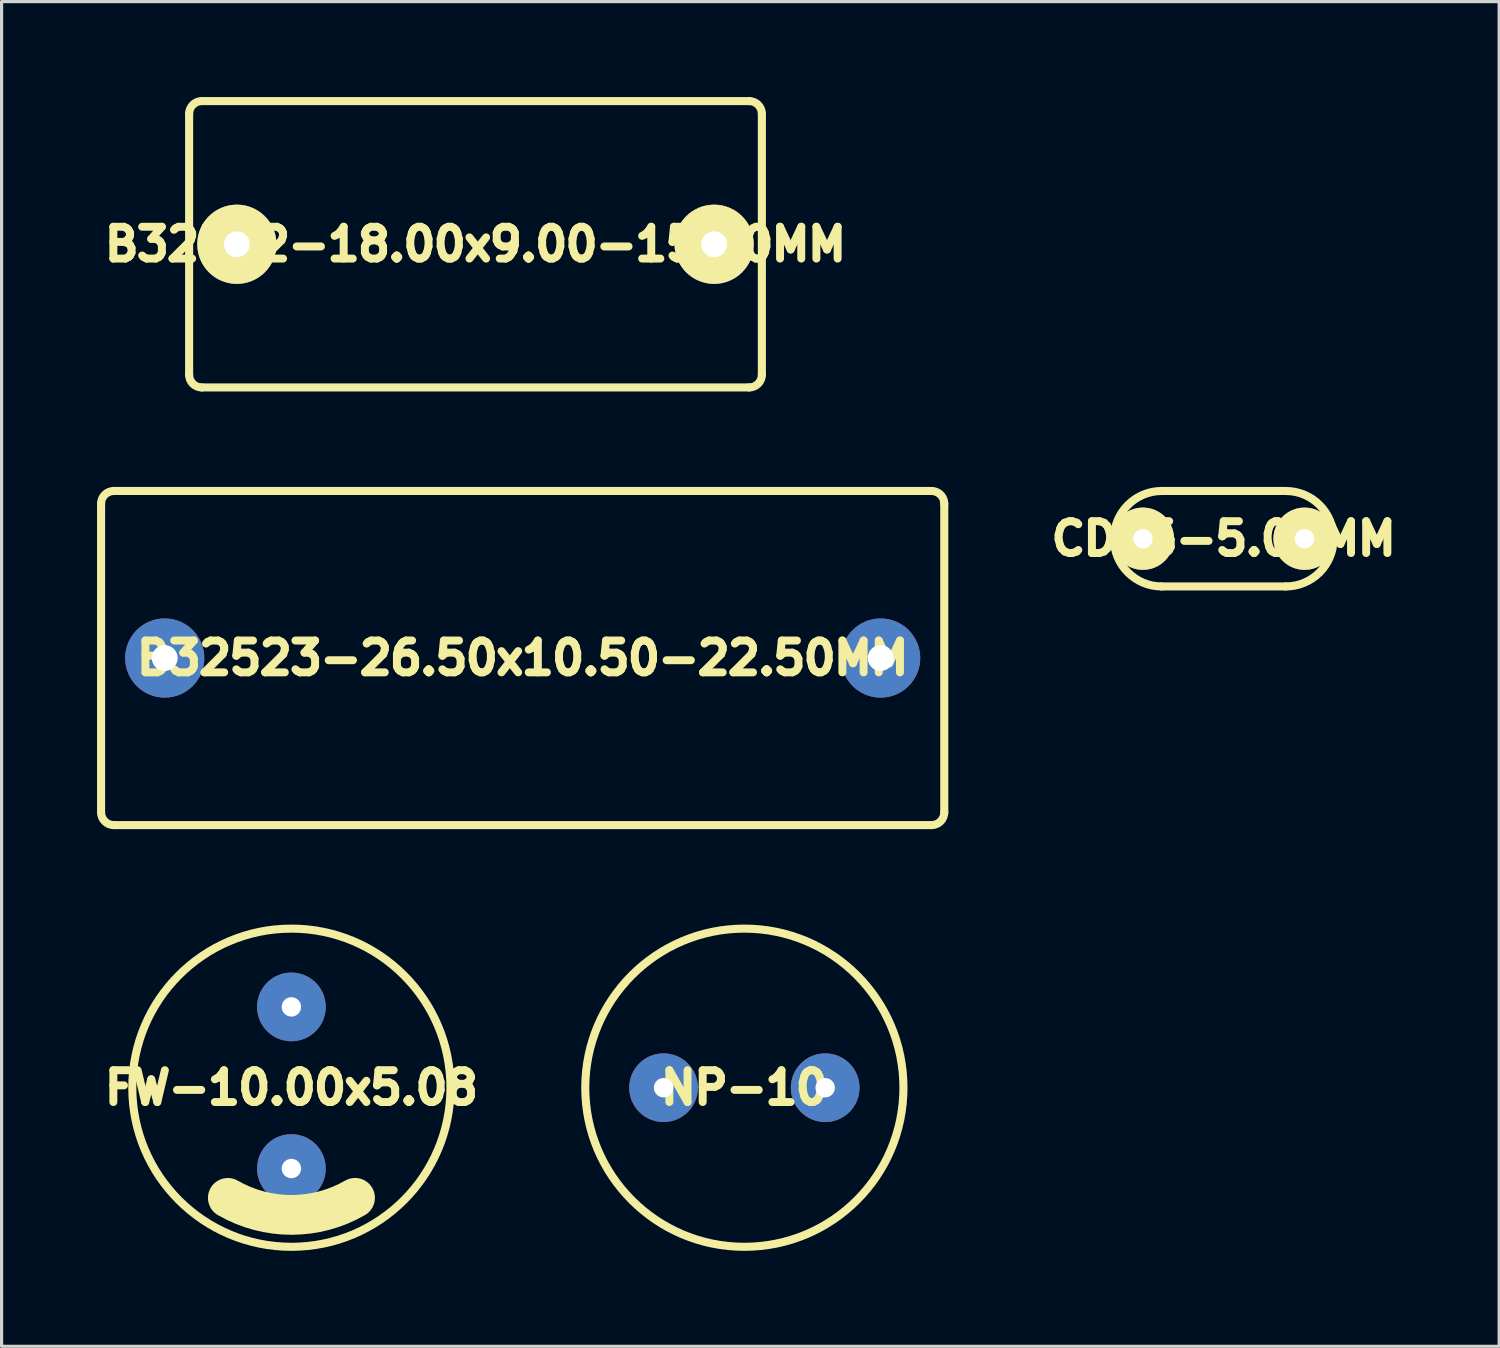
<source format=kicad_pcb>
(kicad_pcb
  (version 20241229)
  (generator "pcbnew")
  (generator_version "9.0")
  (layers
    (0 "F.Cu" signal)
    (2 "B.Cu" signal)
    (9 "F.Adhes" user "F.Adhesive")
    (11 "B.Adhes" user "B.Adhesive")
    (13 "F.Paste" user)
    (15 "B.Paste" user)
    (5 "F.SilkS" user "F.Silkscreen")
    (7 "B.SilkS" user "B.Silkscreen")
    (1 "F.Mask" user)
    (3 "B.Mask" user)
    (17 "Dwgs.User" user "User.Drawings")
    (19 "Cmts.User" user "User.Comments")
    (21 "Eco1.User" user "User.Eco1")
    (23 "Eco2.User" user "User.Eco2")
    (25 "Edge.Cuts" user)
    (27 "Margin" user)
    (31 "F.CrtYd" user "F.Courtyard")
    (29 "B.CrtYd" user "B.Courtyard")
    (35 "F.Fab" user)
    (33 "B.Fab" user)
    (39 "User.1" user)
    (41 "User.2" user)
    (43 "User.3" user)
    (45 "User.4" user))
  (footprint "FW-10.00x5.08"
    (layer "F.Cu")
    (at 6.108 31.135)
    (property "Reference" "FW-10.00x5.08" (at 0 0 0) (layer "F.SilkS") (effects (font (size 1 1) (thickness 0.25))))
    (attr through_hole)
    (fp_arc (start 2 3.461) (mid 0.001551 3.997314) (end -1.997314 3.462551) (stroke (width 1.25) (type solid)) (layer "F.SilkS"))
    (fp_circle (center 0 0) (end 0 5) (stroke (width 0.254) (type solid)) (fill no) (layer "F.SilkS"))
    (pad "1" thru_hole circle (at 0 -2.54) (size 2.159 2.159) (drill 0.61) (layers "B.Cu" "B.Mask"))
    (pad "2" thru_hole circle (at 0 2.54) (size 2.159 2.159) (drill 0.61) (layers "B.Cu" "B.Mask")))
  (footprint "CD15-5.08MM"
    (layer "F.Cu")
    (at 35.41 13.881)
    (property "Reference" "CD15-5.08MM" (at 0 0 0) (layer "F.SilkS") (effects (font (size 1 1) (thickness 0.25))))
    (attr through_hole)
    (fp_line (start -1.95 -1.5) (end 1.95 -1.5) (stroke (width 0.254) (type solid)) (layer "F.SilkS"))
    (fp_line (start -1.95 1.5) (end 1.95 1.5) (stroke (width 0.254) (type solid)) (layer "F.SilkS"))
    (fp_arc (start -1.95 1.5) (mid -3.45 0) (end -1.95 -1.5) (stroke (width 0.254) (type solid)) (layer "F.SilkS"))
    (fp_arc (start 1.95 -1.5) (mid 3.45 0) (end 1.95 1.5) (stroke (width 0.254) (type solid)) (layer "F.SilkS"))
    (pad "1" thru_hole circle (at -2.54 0) (size 1.956 1.956) (drill 0.61) (layers "*.Cu" "*.Mask" "F.SilkS"))
    (pad "2" thru_hole circle (at 2.54 0) (size 1.956 1.956) (drill 0.61) (layers "*.Cu" "*.Mask" "F.SilkS")))
  (footprint "B32523-26.50x10.50-22.50MM"
    (layer "F.Cu")
    (at 13.377 17.631)
    (property "Reference" "B32523-26.50x10.50-22.50MM" (at 0 0 0) (layer "F.SilkS") (effects (font (size 1 1) (thickness 0.25))))
    (attr through_hole)
    (fp_line (start -13.25 4.85) (end -13.25 -4.85) (stroke (width 0.254) (type solid)) (layer "F.SilkS"))
    (fp_line (start -12.85 -5.25) (end 12.85 -5.25) (stroke (width 0.254) (type solid)) (layer "F.SilkS"))
    (fp_line (start -12.85 5.25) (end 12.85 5.25) (stroke (width 0.254) (type solid)) (layer "F.SilkS"))
    (fp_line (start 13.25 4.85) (end 13.25 -4.85) (stroke (width 0.254) (type solid)) (layer "F.SilkS"))
    (fp_arc (start -13.25 -4.85) (mid -13.132843 -5.132843) (end -12.85 -5.25) (stroke (width 0.254) (type solid)) (layer "F.SilkS"))
    (fp_arc (start -12.85 5.25) (mid -13.132843 5.132843) (end -13.25 4.85) (stroke (width 0.254) (type solid)) (layer "F.SilkS"))
    (fp_arc (start 12.85 -5.25) (mid 13.132843 -5.132843) (end 13.25 -4.85) (stroke (width 0.254) (type solid)) (layer "F.SilkS"))
    (fp_arc (start 13.25 4.85) (mid 13.132843 5.132843) (end 12.85 5.25) (stroke (width 0.254) (type solid)) (layer "F.SilkS"))
    (pad "1" thru_hole circle (at -11.25 0) (size 2.489 2.489) (drill 0.813) (layers "*.Cu" "*.Mask"))
    (pad "2" thru_hole circle (at 11.25 0) (size 2.489 2.489) (drill 0.813) (layers "*.Cu" "*.Mask")))
  (footprint "B32522-18.00x9.00-15.00MM"
    (layer "F.Cu")
    (at 11.894 4.627)
    (property "Reference" "B32522-18.00x9.00-15.00MM" (at 0 0 0) (layer "F.SilkS") (effects (font (size 1 1) (thickness 0.25))))
    (attr through_hole)
    (fp_line (start -9 -4.1) (end -9 4.1) (stroke (width 0.254) (type solid)) (layer "F.SilkS"))
    (fp_line (start -8.6 4.5) (end 8.6 4.5) (stroke (width 0.254) (type solid)) (layer "F.SilkS"))
    (fp_line (start 8.6 -4.5) (end -8.6 -4.5) (stroke (width 0.254) (type solid)) (layer "F.SilkS"))
    (fp_line (start 9 4.1) (end 9 -4.1) (stroke (width 0.254) (type solid)) (layer "F.SilkS"))
    (fp_arc (start -9 -4.1) (mid -8.882843 -4.382843) (end -8.6 -4.5) (stroke (width 0.254) (type solid)) (layer "F.SilkS"))
    (fp_arc (start -8.6 4.5) (mid -8.882843 4.382843) (end -9 4.1) (stroke (width 0.254) (type solid)) (layer "F.SilkS"))
    (fp_arc (start 8.6 -4.5) (mid 8.882843 -4.382843) (end 9 -4.1) (stroke (width 0.254) (type solid)) (layer "F.SilkS"))
    (fp_arc (start 9 4.1) (mid 8.882843 4.382843) (end 8.6 4.5) (stroke (width 0.254) (type solid)) (layer "F.SilkS"))
    (pad "1" thru_hole circle (at -7.5 0) (size 2.489 2.489) (drill 0.813) (layers "*.Cu" "*.Mask" "F.SilkS"))
    (pad "2" thru_hole circle (at 7.5 0) (size 2.489 2.489) (drill 0.813) (layers "*.Cu" "*.Mask" "F.SilkS")))
  (footprint "NP-10"
    (layer "F.Cu")
    (at 20.344 31.135)
    (property "Reference" "NP-10" (at 0 0 0) (layer "F.SilkS") (effects (font (size 1 1) (thickness 0.25))))
    (attr through_hole)
    (fp_circle (center 0 0) (end 5 0) (stroke (width 0.254) (type solid)) (fill no) (layer "F.SilkS"))
    (pad "1" thru_hole circle (at -2.54 0) (size 2.159 2.159) (drill 0.61) (layers "*.Cu" "*.Mask"))
    (pad "2" thru_hole circle (at 2.54 0) (size 2.159 2.159) (drill 0.61) (layers "*.Cu" "*.Mask")))
  (gr_rect
    (start -3 -3)
    (end 44.066 39.262)
    (stroke (width 0.1) (type default))
    (fill no)
    (layer "Edge.Cuts")))
</source>
